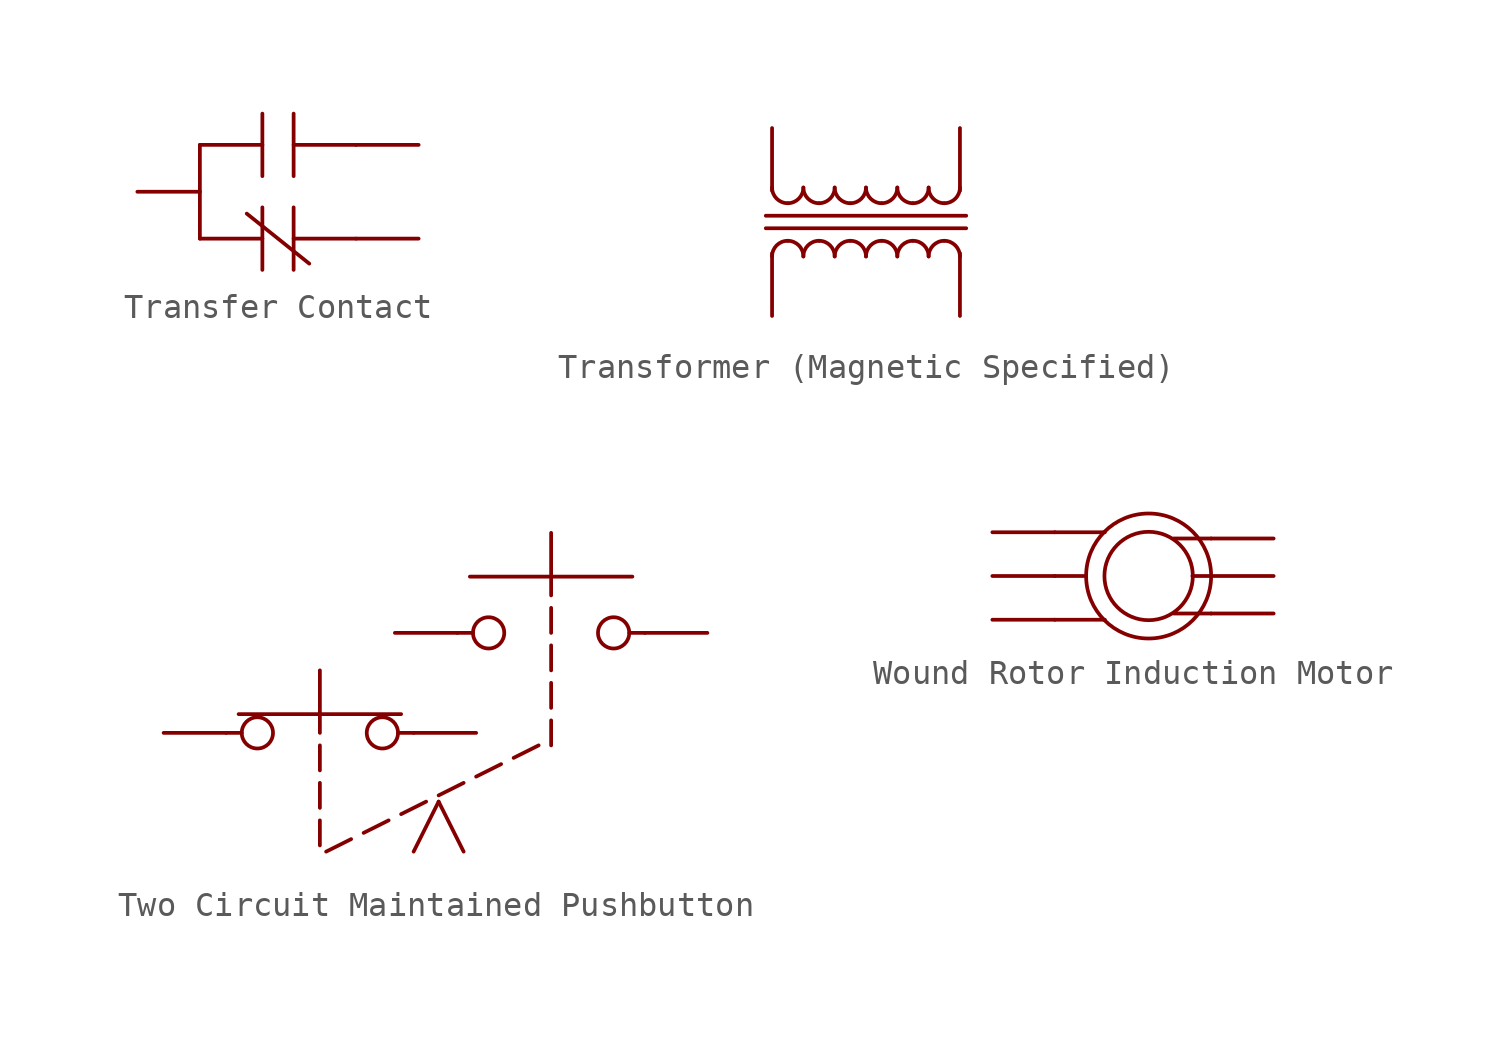
<source format=kicad_sym>
(kicad_symbol_lib
  (version 20241209)
  (generator "kicad_symbol_editor")
  (generator_version "9.0")
  (symbol "Transfer Contact"
    (property "Reference" "U"
      (at 0 4.318 0)
      (effects (font (size 1.27 1.27)) (hide yes)))
    (property "Value" ""
      (at 0 0 0)
      (effects (font (size 1.27 1.27))))
    (symbol "Transfer Contact_0_1"
      (polyline (pts (xy -3.175 1.905) (xy -3.175 -1.905)) (stroke (width 0) (type default)) (fill (type none)))
      (polyline (pts (xy -3.175 1.905) (xy -0.635 1.905)) (stroke (width 0) (type default)) (fill (type none)))
      (polyline (pts (xy -3.175 -1.905) (xy -0.635 -1.905)) (stroke (width 0) (type default)) (fill (type none)))
      (polyline (pts (xy -1.27 -0.889) (xy 1.27 -2.921)) (stroke (width 0) (type default)) (fill (type none)))
      (polyline (pts (xy -0.635 3.175) (xy -0.635 0.635)) (stroke (width 0) (type default)) (fill (type none)))
      (polyline (pts (xy -0.635 -0.635) (xy -0.635 -3.175)) (stroke (width 0) (type default)) (fill (type none)))
      (polyline (pts (xy 0.635 3.175) (xy 0.635 0.635)) (stroke (width 0) (type default)) (fill (type none)))
      (polyline (pts (xy 0.635 1.905) (xy 3.175 1.905)) (stroke (width 0) (type default)) (fill (type none)))
      (polyline (pts (xy 0.635 -0.635) (xy 0.635 -3.175)) (stroke (width 0) (type default)) (fill (type none)))
      (polyline (pts (xy 0.635 -1.905) (xy 3.175 -1.905)) (stroke (width 0) (type default)) (fill (type none))))
    (symbol "Transfer Contact_1_1"
      (pin input line (at -5.715 0 0) (length 2.54) (name "" (effects (font (size 1.27 1.27)))) (number "" (effects (font (size 1.27 1.27)))))
      (pin input line (at 5.715 1.905 180) (length 2.54) (name "" (effects (font (size 1.27 1.27)))) (number "" (effects (font (size 1.27 1.27)))))
      (pin input line (at 5.715 -1.905 180) (length 2.54) (name "" (effects (font (size 1.27 1.27)))) (number "" (effects (font (size 1.27 1.27)))))))
  (symbol "Transformer (Magnetic Specified)"
    (property "Reference" "U"
      (at 0 2.54 0)
      (effects (font (size 1.27 1.27)) (hide yes)))
    (property "Value" ""
      (at 0 0 0)
      (effects (font (size 1.27 1.27))))
    (symbol "Transformer (Magnetic Specified)_0_1"
      (polyline (pts (xy -4.064 -0.254) (xy 4.064 -0.254)) (stroke (width 0) (type default)) (fill (type none)))
      (arc (start -3.175 0.762) (mid -3.624 0.948) (end -3.81 1.397) (stroke (width 0) (type default)) (fill (type none)))
      (arc (start -2.54 1.397) (mid -2.726 0.948) (end -3.175 0.762) (stroke (width 0) (type default)) (fill (type none)))
      (arc (start -3.81 -1.397) (mid -3.624 -0.948) (end -3.175 -0.762) (stroke (width 0) (type default)) (fill (type none)))
      (arc (start -3.175 -0.762) (mid -2.726 -0.948) (end -2.54 -1.397) (stroke (width 0) (type default)) (fill (type none)))
      (arc (start -1.905 0.762) (mid -2.354 0.948) (end -2.54 1.397) (stroke (width 0) (type default)) (fill (type none)))
      (arc (start -1.27 1.397) (mid -1.456 0.948) (end -1.905 0.762) (stroke (width 0) (type default)) (fill (type none)))
      (arc (start -2.54 -1.397) (mid -2.354 -0.948) (end -1.905 -0.762) (stroke (width 0) (type default)) (fill (type none)))
      (arc (start -1.905 -0.762) (mid -1.456 -0.948) (end -1.27 -1.397) (stroke (width 0) (type default)) (fill (type none)))
      (arc (start -0.635 0.762) (mid -1.084 0.948) (end -1.27 1.397) (stroke (width 0) (type default)) (fill (type none)))
      (arc (start 0 1.397) (mid -0.186 0.948) (end -0.635 0.762) (stroke (width 0) (type default)) (fill (type none)))
      (arc (start -1.27 -1.397) (mid -1.084 -0.948) (end -0.635 -0.762) (stroke (width 0) (type default)) (fill (type none)))
      (arc (start -0.635 -0.762) (mid -0.186 -0.948) (end 0 -1.397) (stroke (width 0) (type default)) (fill (type none)))
      (arc (start 0.635 0.762) (mid 0.186 0.948) (end 0 1.397) (stroke (width 0) (type default)) (fill (type none)))
      (arc (start 1.27 1.397) (mid 1.084 0.948) (end 0.635 0.762) (stroke (width 0) (type default)) (fill (type none)))
      (arc (start 0 -1.397) (mid 0.186 -0.948) (end 0.635 -0.762) (stroke (width 0) (type default)) (fill (type none)))
      (arc (start 0.635 -0.762) (mid 1.084 -0.948) (end 1.27 -1.397) (stroke (width 0) (type default)) (fill (type none)))
      (arc (start 1.905 0.762) (mid 1.456 0.948) (end 1.27 1.397) (stroke (width 0) (type default)) (fill (type none)))
      (arc (start 2.54 1.397) (mid 2.354 0.948) (end 1.905 0.762) (stroke (width 0) (type default)) (fill (type none)))
      (arc (start 1.27 -1.397) (mid 1.456 -0.948) (end 1.905 -0.762) (stroke (width 0) (type default)) (fill (type none)))
      (arc (start 1.905 -0.762) (mid 2.354 -0.948) (end 2.54 -1.397) (stroke (width 0) (type default)) (fill (type none)))
      (arc (start 3.175 0.762) (mid 2.726 0.948) (end 2.54 1.397) (stroke (width 0) (type default)) (fill (type none)))
      (arc (start 3.81 1.397) (mid 3.624 0.948) (end 3.175 0.762) (stroke (width 0) (type default)) (fill (type none)))
      (arc (start 2.54 -1.397) (mid 2.726 -0.948) (end 3.175 -0.762) (stroke (width 0) (type default)) (fill (type none)))
      (arc (start 3.175 -0.762) (mid 3.624 -0.948) (end 3.81 -1.397) (stroke (width 0) (type default)) (fill (type none)))
      (polyline (pts (xy 4.064 0.254) (xy -4.064 0.254)) (stroke (width 0) (type default)) (fill (type none))))
    (symbol "Transformer (Magnetic Specified)_1_1"
      (pin input line (at -3.81 3.81 270) (length 2.54) (name "" (effects (font (size 1.27 1.27)))) (number "" (effects (font (size 1.27 1.27)))))
      (pin input line (at -3.81 -3.81 90) (length 2.54) (name "" (effects (font (size 1.27 1.27)))) (number "" (effects (font (size 1.27 1.27)))))
      (pin input line (at 3.81 3.81 270) (length 2.54) (name "" (effects (font (size 1.27 1.27)))) (number "" (effects (font (size 1.27 1.27)))))
      (pin input line (at 3.81 -3.81 90) (length 2.54) (name "" (effects (font (size 1.27 1.27)))) (number "" (effects (font (size 1.27 1.27)))))))
  (symbol "Two Circuit Maintained Pushbutton"
    (property "Reference" "U"
      (at 0 7.62 0)
      (effects (font (size 1.27 1.27)) (hide yes)))
    (property "Value" ""
      (at 0 0 0)
      (effects (font (size 1.27 1.27))))
    (symbol "Two Circuit Maintained Pushbutton_0_1"
      (polyline (pts (xy -8.89 0) (xy -8.255 0)) (stroke (width 0) (type default)) (fill (type none)))
      (polyline (pts (xy -8.382 0.762) (xy -1.778 0.762)) (stroke (width 0) (type default)) (fill (type none)))
      (circle (center -7.62 0) (radius 0.635) (stroke (width 0) (type default)) (fill (type none)))
      (polyline (pts (xy -5.08 0) (xy -5.08 2.54)) (stroke (width 0) (type default)) (fill (type none)))
      (polyline (pts (xy -5.08 -0.508) (xy -5.08 -1.524)) (stroke (width 0) (type default)) (fill (type none)))
      (polyline (pts (xy -5.08 -2.032) (xy -5.08 -3.048)) (stroke (width 0) (type default)) (fill (type none)))
      (polyline (pts (xy -5.08 -3.556) (xy -5.08 -4.572)) (stroke (width 0) (type default)) (fill (type none)))
      (polyline (pts (xy -4.826 -4.826) (xy -3.81 -4.318)) (stroke (width 0) (type default)) (fill (type none)))
      (polyline (pts (xy -3.302 -4.064) (xy -2.286 -3.556)) (stroke (width 0) (type default)) (fill (type none)))
      (circle (center -2.54 0) (radius 0.635) (stroke (width 0) (type default)) (fill (type none)))
      (polyline (pts (xy -1.778 -3.302) (xy -0.762 -2.794)) (stroke (width 0) (type default)) (fill (type none)))
      (polyline (pts (xy -1.27 0) (xy -1.905 0)) (stroke (width 0) (type default)) (fill (type none)))
      (polyline (pts (xy -0.254 -2.54) (xy 0.762 -2.032)) (stroke (width 0) (type default)) (fill (type none)))
      (polyline (pts (xy 0.508 4.064) (xy 1.143 4.064)) (stroke (width 0) (type default)) (fill (type none)))
      (polyline (pts (xy 1.016 6.35) (xy 7.62 6.35)) (stroke (width 0) (type default)) (fill (type none)))
      (polyline (pts (xy 1.27 -1.778) (xy 2.286 -1.27)) (stroke (width 0) (type default)) (fill (type none)))
      (circle (center 1.778 4.064) (radius 0.635) (stroke (width 0) (type default)) (fill (type none)))
      (polyline (pts (xy 2.794 -1.016) (xy 3.81 -0.508)) (stroke (width 0) (type default)) (fill (type none)))
      (polyline (pts (xy 4.318 5.588) (xy 4.318 8.128)) (stroke (width 0) (type default)) (fill (type none)))
      (polyline (pts (xy 4.318 5.08) (xy 4.318 4.064)) (stroke (width 0) (type default)) (fill (type none)))
      (polyline (pts (xy 4.318 3.556) (xy 4.318 2.54)) (stroke (width 0) (type default)) (fill (type none)))
      (polyline (pts (xy 4.318 2.032) (xy 4.318 1.016)) (stroke (width 0) (type default)) (fill (type none)))
      (polyline (pts (xy 4.318 0.508) (xy 4.318 -0.508)) (stroke (width 0) (type default)) (fill (type none)))
      (circle (center 6.858 4.064) (radius 0.635) (stroke (width 0) (type default)) (fill (type none)))
      (polyline (pts (xy 8.128 4.064) (xy 7.493 4.064)) (stroke (width 0) (type default)) (fill (type none))))
    (symbol "Two Circuit Maintained Pushbutton_1_1"
      (polyline (pts (xy -0.254 -2.794) (xy -1.27 -4.826)) (stroke (width 0) (type default)) (fill (type none)))
      (polyline (pts (xy -0.254 -2.794) (xy 0.762 -4.826)) (stroke (width 0) (type default)) (fill (type none)))
      (pin input line (at -11.43 0 0) (length 2.54) (name "" (effects (font (size 1.27 1.27)))) (number "" (effects (font (size 1.27 1.27)))))
      (pin input line (at -2.032 4.064 0) (length 2.54) (name "" (effects (font (size 1.27 1.27)))) (number "" (effects (font (size 1.27 1.27)))))
      (pin input line (at 1.27 0 180) (length 2.54) (name "" (effects (font (size 1.27 1.27)))) (number "" (effects (font (size 1.27 1.27)))))
      (pin input line (at 10.668 4.064 180) (length 2.54) (name "" (effects (font (size 1.27 1.27)))) (number "" (effects (font (size 1.27 1.27)))))))
  (symbol "Wound Rotor Induction Motor"
    (property "Reference" "U"
      (at 0 3.81 0)
      (effects (font (size 1.27 1.27)) (hide yes)))
    (property "Value" ""
      (at 0 0 0)
      (effects (font (size 1.27 1.27))))
    (symbol "Wound Rotor Induction Motor_0_1"
      (polyline (pts (xy -3.81 1.778) (xy -1.778 1.778)) (stroke (width 0) (type default)) (fill (type none)))
      (polyline (pts (xy -3.81 -1.778) (xy -1.778 -1.778)) (stroke (width 0) (type default)) (fill (type none)))
      (polyline (pts (xy -2.54 0) (xy -3.81 0)) (stroke (width 0) (type default)) (fill (type none)))
      (circle (center 0 0) (radius 1.796) (stroke (width 0) (type default)) (fill (type none)))
      (circle (center 0 0) (radius 2.54) (stroke (width 0) (type default)) (fill (type none)))
      (polyline (pts (xy 1.016 1.524) (xy 2.54 1.524)) (stroke (width 0) (type default)) (fill (type none)))
      (polyline (pts (xy 1.016 -1.524) (xy 2.54 -1.524)) (stroke (width 0) (type default)) (fill (type none)))
      (polyline (pts (xy 1.778 0) (xy 2.54 0)) (stroke (width 0) (type default)) (fill (type none))))
    (symbol "Wound Rotor Induction Motor_1_1"
      (pin input line (at -6.35 1.778 0) (length 2.54) (name "" (effects (font (size 1.27 1.27)))) (number "" (effects (font (size 1.27 1.27)))))
      (pin input line (at -6.35 0 0) (length 2.54) (name "" (effects (font (size 1.27 1.27)))) (number "" (effects (font (size 1.27 1.27)))))
      (pin input line (at -6.35 -1.778 0) (length 2.54) (name "" (effects (font (size 1.27 1.27)))) (number "" (effects (font (size 1.27 1.27)))))
      (pin input line (at 5.08 1.524 180) (length 2.54) (name "" (effects (font (size 1.27 1.27)))) (number "" (effects (font (size 1.27 1.27)))))
      (pin input line (at 5.08 0 180) (length 2.54) (name "" (effects (font (size 1.27 1.27)))) (number "" (effects (font (size 1.27 1.27)))))
      (pin input line (at 5.08 -1.524 180) (length 2.54) (name "" (effects (font (size 1.27 1.27)))) (number "" (effects (font (size 1.27 1.27))))))))
</source>
